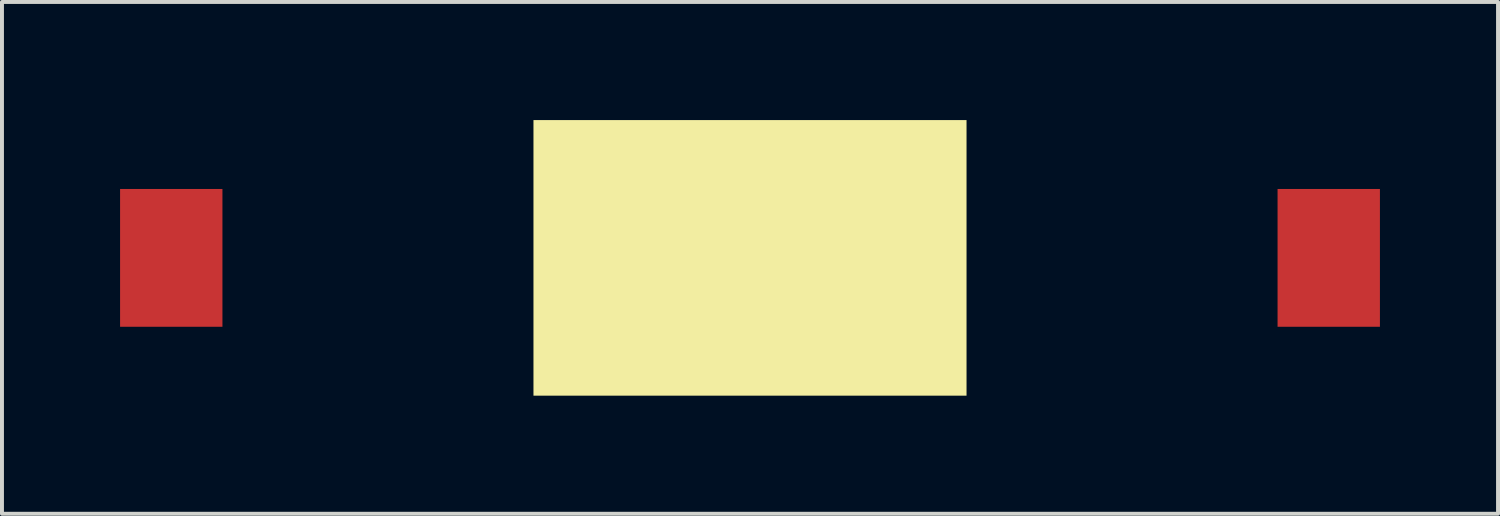
<source format=kicad_pcb>
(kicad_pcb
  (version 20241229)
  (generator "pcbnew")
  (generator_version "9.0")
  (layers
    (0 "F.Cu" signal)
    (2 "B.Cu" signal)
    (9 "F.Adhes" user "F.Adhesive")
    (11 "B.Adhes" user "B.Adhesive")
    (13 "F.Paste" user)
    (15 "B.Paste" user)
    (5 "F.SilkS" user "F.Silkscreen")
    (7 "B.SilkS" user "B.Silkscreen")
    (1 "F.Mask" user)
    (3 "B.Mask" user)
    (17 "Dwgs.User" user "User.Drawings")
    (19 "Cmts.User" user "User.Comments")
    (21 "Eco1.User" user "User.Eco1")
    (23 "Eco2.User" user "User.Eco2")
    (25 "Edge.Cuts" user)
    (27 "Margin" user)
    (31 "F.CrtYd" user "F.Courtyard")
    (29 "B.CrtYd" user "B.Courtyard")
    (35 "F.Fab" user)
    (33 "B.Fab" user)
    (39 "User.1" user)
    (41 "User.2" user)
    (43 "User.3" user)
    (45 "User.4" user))
  (footprint "SMTU2032"
    (layer "F.Cu")
    (at 16 3.5)
    (property "Reference" "SMTU2032" (at 0 0.5 0) (layer "F.SilkS") (effects (font (size 1 1) (thickness 0.15))))
    (attr through_hole)
    (pad "" smd rect (at 0 0) (size 11 7) (layers "F.SilkS"))
    (pad "1" smd rect (at 14.7 0) (size 2.6 3.5) (layers "F.Cu" "F.Mask" "F.Paste"))
    (pad "2" smd rect (at -14.7 0) (size 2.6 3.5) (layers "F.Cu" "F.Mask" "F.Paste")))
  (gr_rect
    (start -3 -3)
    (end 35 10)
    (stroke (width 0.1) (type default))
    (fill no)
    (layer "Edge.Cuts")))
</source>
